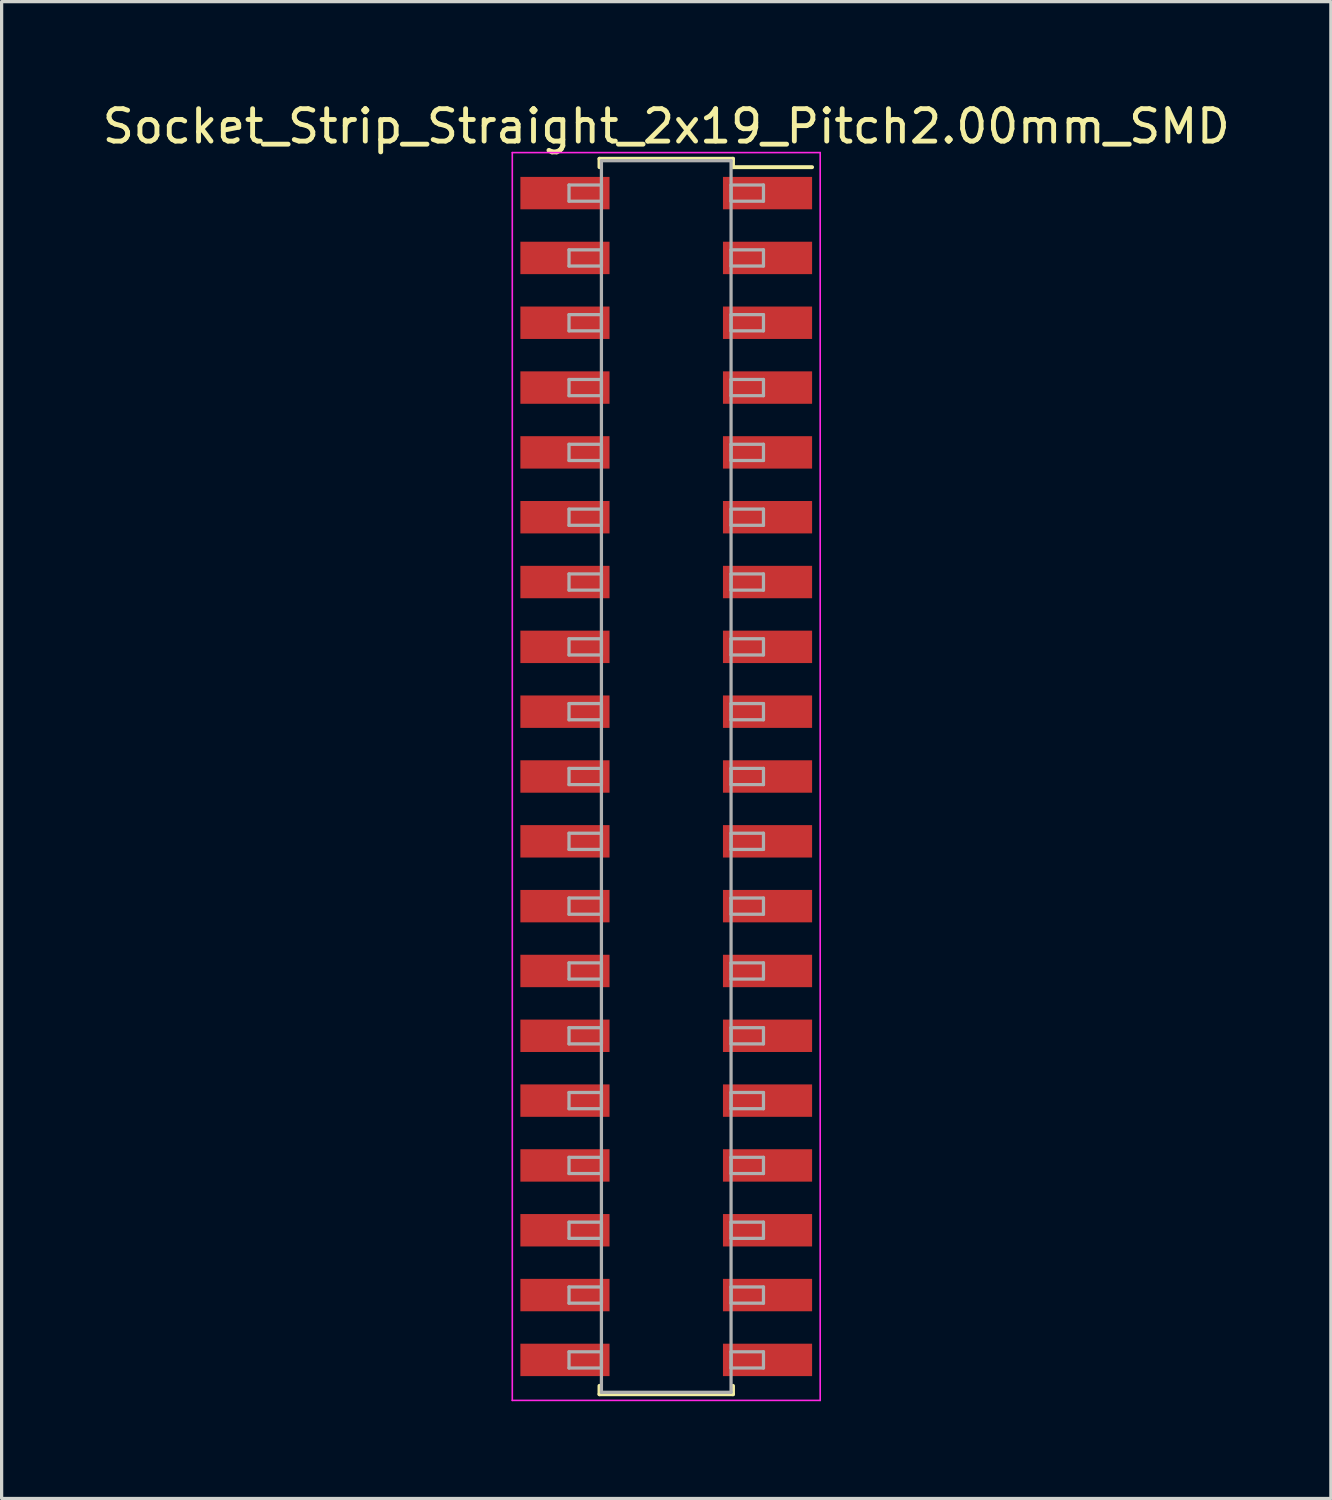
<source format=kicad_pcb>
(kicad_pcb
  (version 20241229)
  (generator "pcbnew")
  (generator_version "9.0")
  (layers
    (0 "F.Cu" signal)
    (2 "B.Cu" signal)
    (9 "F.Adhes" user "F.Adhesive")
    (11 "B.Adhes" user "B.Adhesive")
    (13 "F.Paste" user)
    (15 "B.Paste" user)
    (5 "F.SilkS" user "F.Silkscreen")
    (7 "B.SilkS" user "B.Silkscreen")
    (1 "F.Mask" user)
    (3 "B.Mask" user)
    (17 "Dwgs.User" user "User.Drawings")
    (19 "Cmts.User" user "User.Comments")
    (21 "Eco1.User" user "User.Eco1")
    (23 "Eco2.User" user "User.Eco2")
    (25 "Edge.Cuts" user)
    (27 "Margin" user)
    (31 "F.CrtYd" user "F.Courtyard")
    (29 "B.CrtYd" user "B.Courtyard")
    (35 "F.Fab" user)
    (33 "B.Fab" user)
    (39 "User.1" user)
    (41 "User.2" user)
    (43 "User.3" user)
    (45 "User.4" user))
  (footprint "Socket_Strip_Straight_2x19_Pitch2.00mm_SMD"
    (layer "F.Cu")
    (at 17.506 20.908)
    (property "Reference" "Socket_Strip_Straight_2x19_Pitch2.00mm_SMD" (at 0 -20.06 0) (layer "F.SilkS") (effects (font (size 1 1) (thickness 0.15))))
    (attr smd)
    (fp_line (start -2.06 -19.06) (end 2.06 -19.06) (stroke (width 0.12) (type solid)) (layer "F.SilkS"))
    (fp_line (start -2.06 -18.8) (end -2.06 -19.06) (stroke (width 0.12) (type solid)) (layer "F.SilkS"))
    (fp_line (start -2.06 18.8) (end -2.06 19.06) (stroke (width 0.12) (type solid)) (layer "F.SilkS"))
    (fp_line (start -2.06 19.06) (end 2.06 19.06) (stroke (width 0.12) (type solid)) (layer "F.SilkS"))
    (fp_line (start 2.06 -19.06) (end 2.06 -18.8) (stroke (width 0.12) (type solid)) (layer "F.SilkS"))
    (fp_line (start 2.06 19.06) (end 2.06 18.8) (stroke (width 0.12) (type solid)) (layer "F.SilkS"))
    (fp_line (start 4.5 -18.8) (end 2.06 -18.8) (stroke (width 0.12) (type solid)) (layer "F.SilkS"))
    (fp_line (start -4.75 -19.25) (end -4.75 19.25) (stroke (width 0.05) (type solid)) (layer "F.CrtYd"))
    (fp_line (start -4.75 19.25) (end 4.75 19.25) (stroke (width 0.05) (type solid)) (layer "F.CrtYd"))
    (fp_line (start 4.75 -19.25) (end -4.75 -19.25) (stroke (width 0.05) (type solid)) (layer "F.CrtYd"))
    (fp_line (start 4.75 19.25) (end 4.75 -19.25) (stroke (width 0.05) (type solid)) (layer "F.CrtYd"))
    (fp_line (start -3 -18.25) (end -2 -18.25) (stroke (width 0.1) (type solid)) (layer "F.Fab"))
    (fp_line (start -3 -17.75) (end -3 -18.25) (stroke (width 0.1) (type solid)) (layer "F.Fab"))
    (fp_line (start -3 -16.25) (end -2 -16.25) (stroke (width 0.1) (type solid)) (layer "F.Fab"))
    (fp_line (start -3 -15.75) (end -3 -16.25) (stroke (width 0.1) (type solid)) (layer "F.Fab"))
    (fp_line (start -3 -14.25) (end -2 -14.25) (stroke (width 0.1) (type solid)) (layer "F.Fab"))
    (fp_line (start -3 -13.75) (end -3 -14.25) (stroke (width 0.1) (type solid)) (layer "F.Fab"))
    (fp_line (start -3 -12.25) (end -2 -12.25) (stroke (width 0.1) (type solid)) (layer "F.Fab"))
    (fp_line (start -3 -11.75) (end -3 -12.25) (stroke (width 0.1) (type solid)) (layer "F.Fab"))
    (fp_line (start -3 -10.25) (end -2 -10.25) (stroke (width 0.1) (type solid)) (layer "F.Fab"))
    (fp_line (start -3 -9.75) (end -3 -10.25) (stroke (width 0.1) (type solid)) (layer "F.Fab"))
    (fp_line (start -3 -8.25) (end -2 -8.25) (stroke (width 0.1) (type solid)) (layer "F.Fab"))
    (fp_line (start -3 -7.75) (end -3 -8.25) (stroke (width 0.1) (type solid)) (layer "F.Fab"))
    (fp_line (start -3 -6.25) (end -2 -6.25) (stroke (width 0.1) (type solid)) (layer "F.Fab"))
    (fp_line (start -3 -5.75) (end -3 -6.25) (stroke (width 0.1) (type solid)) (layer "F.Fab"))
    (fp_line (start -3 -4.25) (end -2 -4.25) (stroke (width 0.1) (type solid)) (layer "F.Fab"))
    (fp_line (start -3 -3.75) (end -3 -4.25) (stroke (width 0.1) (type solid)) (layer "F.Fab"))
    (fp_line (start -3 -2.25) (end -2 -2.25) (stroke (width 0.1) (type solid)) (layer "F.Fab"))
    (fp_line (start -3 -1.75) (end -3 -2.25) (stroke (width 0.1) (type solid)) (layer "F.Fab"))
    (fp_line (start -3 -0.25) (end -2 -0.25) (stroke (width 0.1) (type solid)) (layer "F.Fab"))
    (fp_line (start -3 0.25) (end -3 -0.25) (stroke (width 0.1) (type solid)) (layer "F.Fab"))
    (fp_line (start -3 1.75) (end -2 1.75) (stroke (width 0.1) (type solid)) (layer "F.Fab"))
    (fp_line (start -3 2.25) (end -3 1.75) (stroke (width 0.1) (type solid)) (layer "F.Fab"))
    (fp_line (start -3 3.75) (end -2 3.75) (stroke (width 0.1) (type solid)) (layer "F.Fab"))
    (fp_line (start -3 4.25) (end -3 3.75) (stroke (width 0.1) (type solid)) (layer "F.Fab"))
    (fp_line (start -3 5.75) (end -2 5.75) (stroke (width 0.1) (type solid)) (layer "F.Fab"))
    (fp_line (start -3 6.25) (end -3 5.75) (stroke (width 0.1) (type solid)) (layer "F.Fab"))
    (fp_line (start -3 7.75) (end -2 7.75) (stroke (width 0.1) (type solid)) (layer "F.Fab"))
    (fp_line (start -3 8.25) (end -3 7.75) (stroke (width 0.1) (type solid)) (layer "F.Fab"))
    (fp_line (start -3 9.75) (end -2 9.75) (stroke (width 0.1) (type solid)) (layer "F.Fab"))
    (fp_line (start -3 10.25) (end -3 9.75) (stroke (width 0.1) (type solid)) (layer "F.Fab"))
    (fp_line (start -3 11.75) (end -2 11.75) (stroke (width 0.1) (type solid)) (layer "F.Fab"))
    (fp_line (start -3 12.25) (end -3 11.75) (stroke (width 0.1) (type solid)) (layer "F.Fab"))
    (fp_line (start -3 13.75) (end -2 13.75) (stroke (width 0.1) (type solid)) (layer "F.Fab"))
    (fp_line (start -3 14.25) (end -3 13.75) (stroke (width 0.1) (type solid)) (layer "F.Fab"))
    (fp_line (start -3 15.75) (end -2 15.75) (stroke (width 0.1) (type solid)) (layer "F.Fab"))
    (fp_line (start -3 16.25) (end -3 15.75) (stroke (width 0.1) (type solid)) (layer "F.Fab"))
    (fp_line (start -3 17.75) (end -2 17.75) (stroke (width 0.1) (type solid)) (layer "F.Fab"))
    (fp_line (start -3 18.25) (end -3 17.75) (stroke (width 0.1) (type solid)) (layer "F.Fab"))
    (fp_line (start -2 -19) (end -2 19) (stroke (width 0.1) (type solid)) (layer "F.Fab"))
    (fp_line (start -2 -18.25) (end -2 -17.75) (stroke (width 0.1) (type solid)) (layer "F.Fab"))
    (fp_line (start -2 -17.75) (end -3 -17.75) (stroke (width 0.1) (type solid)) (layer "F.Fab"))
    (fp_line (start -2 -16.25) (end -2 -15.75) (stroke (width 0.1) (type solid)) (layer "F.Fab"))
    (fp_line (start -2 -15.75) (end -3 -15.75) (stroke (width 0.1) (type solid)) (layer "F.Fab"))
    (fp_line (start -2 -14.25) (end -2 -13.75) (stroke (width 0.1) (type solid)) (layer "F.Fab"))
    (fp_line (start -2 -13.75) (end -3 -13.75) (stroke (width 0.1) (type solid)) (layer "F.Fab"))
    (fp_line (start -2 -12.25) (end -2 -11.75) (stroke (width 0.1) (type solid)) (layer "F.Fab"))
    (fp_line (start -2 -11.75) (end -3 -11.75) (stroke (width 0.1) (type solid)) (layer "F.Fab"))
    (fp_line (start -2 -10.25) (end -2 -9.75) (stroke (width 0.1) (type solid)) (layer "F.Fab"))
    (fp_line (start -2 -9.75) (end -3 -9.75) (stroke (width 0.1) (type solid)) (layer "F.Fab"))
    (fp_line (start -2 -8.25) (end -2 -7.75) (stroke (width 0.1) (type solid)) (layer "F.Fab"))
    (fp_line (start -2 -7.75) (end -3 -7.75) (stroke (width 0.1) (type solid)) (layer "F.Fab"))
    (fp_line (start -2 -6.25) (end -2 -5.75) (stroke (width 0.1) (type solid)) (layer "F.Fab"))
    (fp_line (start -2 -5.75) (end -3 -5.75) (stroke (width 0.1) (type solid)) (layer "F.Fab"))
    (fp_line (start -2 -4.25) (end -2 -3.75) (stroke (width 0.1) (type solid)) (layer "F.Fab"))
    (fp_line (start -2 -3.75) (end -3 -3.75) (stroke (width 0.1) (type solid)) (layer "F.Fab"))
    (fp_line (start -2 -2.25) (end -2 -1.75) (stroke (width 0.1) (type solid)) (layer "F.Fab"))
    (fp_line (start -2 -1.75) (end -3 -1.75) (stroke (width 0.1) (type solid)) (layer "F.Fab"))
    (fp_line (start -2 -0.25) (end -2 0.25) (stroke (width 0.1) (type solid)) (layer "F.Fab"))
    (fp_line (start -2 0.25) (end -3 0.25) (stroke (width 0.1) (type solid)) (layer "F.Fab"))
    (fp_line (start -2 1.75) (end -2 2.25) (stroke (width 0.1) (type solid)) (layer "F.Fab"))
    (fp_line (start -2 2.25) (end -3 2.25) (stroke (width 0.1) (type solid)) (layer "F.Fab"))
    (fp_line (start -2 3.75) (end -2 4.25) (stroke (width 0.1) (type solid)) (layer "F.Fab"))
    (fp_line (start -2 4.25) (end -3 4.25) (stroke (width 0.1) (type solid)) (layer "F.Fab"))
    (fp_line (start -2 5.75) (end -2 6.25) (stroke (width 0.1) (type solid)) (layer "F.Fab"))
    (fp_line (start -2 6.25) (end -3 6.25) (stroke (width 0.1) (type solid)) (layer "F.Fab"))
    (fp_line (start -2 7.75) (end -2 8.25) (stroke (width 0.1) (type solid)) (layer "F.Fab"))
    (fp_line (start -2 8.25) (end -3 8.25) (stroke (width 0.1) (type solid)) (layer "F.Fab"))
    (fp_line (start -2 9.75) (end -2 10.25) (stroke (width 0.1) (type solid)) (layer "F.Fab"))
    (fp_line (start -2 10.25) (end -3 10.25) (stroke (width 0.1) (type solid)) (layer "F.Fab"))
    (fp_line (start -2 11.75) (end -2 12.25) (stroke (width 0.1) (type solid)) (layer "F.Fab"))
    (fp_line (start -2 12.25) (end -3 12.25) (stroke (width 0.1) (type solid)) (layer "F.Fab"))
    (fp_line (start -2 13.75) (end -2 14.25) (stroke (width 0.1) (type solid)) (layer "F.Fab"))
    (fp_line (start -2 14.25) (end -3 14.25) (stroke (width 0.1) (type solid)) (layer "F.Fab"))
    (fp_line (start -2 15.75) (end -2 16.25) (stroke (width 0.1) (type solid)) (layer "F.Fab"))
    (fp_line (start -2 16.25) (end -3 16.25) (stroke (width 0.1) (type solid)) (layer "F.Fab"))
    (fp_line (start -2 17.75) (end -2 18.25) (stroke (width 0.1) (type solid)) (layer "F.Fab"))
    (fp_line (start -2 18.25) (end -3 18.25) (stroke (width 0.1) (type solid)) (layer "F.Fab"))
    (fp_line (start -2 19) (end 2 19) (stroke (width 0.1) (type solid)) (layer "F.Fab"))
    (fp_line (start 2 -19) (end -2 -19) (stroke (width 0.1) (type solid)) (layer "F.Fab"))
    (fp_line (start 2 -18.25) (end 2 -17.75) (stroke (width 0.1) (type solid)) (layer "F.Fab"))
    (fp_line (start 2 -17.75) (end 3 -17.75) (stroke (width 0.1) (type solid)) (layer "F.Fab"))
    (fp_line (start 2 -16.25) (end 2 -15.75) (stroke (width 0.1) (type solid)) (layer "F.Fab"))
    (fp_line (start 2 -15.75) (end 3 -15.75) (stroke (width 0.1) (type solid)) (layer "F.Fab"))
    (fp_line (start 2 -14.25) (end 2 -13.75) (stroke (width 0.1) (type solid)) (layer "F.Fab"))
    (fp_line (start 2 -13.75) (end 3 -13.75) (stroke (width 0.1) (type solid)) (layer "F.Fab"))
    (fp_line (start 2 -12.25) (end 2 -11.75) (stroke (width 0.1) (type solid)) (layer "F.Fab"))
    (fp_line (start 2 -11.75) (end 3 -11.75) (stroke (width 0.1) (type solid)) (layer "F.Fab"))
    (fp_line (start 2 -10.25) (end 2 -9.75) (stroke (width 0.1) (type solid)) (layer "F.Fab"))
    (fp_line (start 2 -9.75) (end 3 -9.75) (stroke (width 0.1) (type solid)) (layer "F.Fab"))
    (fp_line (start 2 -8.25) (end 2 -7.75) (stroke (width 0.1) (type solid)) (layer "F.Fab"))
    (fp_line (start 2 -7.75) (end 3 -7.75) (stroke (width 0.1) (type solid)) (layer "F.Fab"))
    (fp_line (start 2 -6.25) (end 2 -5.75) (stroke (width 0.1) (type solid)) (layer "F.Fab"))
    (fp_line (start 2 -5.75) (end 3 -5.75) (stroke (width 0.1) (type solid)) (layer "F.Fab"))
    (fp_line (start 2 -4.25) (end 2 -3.75) (stroke (width 0.1) (type solid)) (layer "F.Fab"))
    (fp_line (start 2 -3.75) (end 3 -3.75) (stroke (width 0.1) (type solid)) (layer "F.Fab"))
    (fp_line (start 2 -2.25) (end 2 -1.75) (stroke (width 0.1) (type solid)) (layer "F.Fab"))
    (fp_line (start 2 -1.75) (end 3 -1.75) (stroke (width 0.1) (type solid)) (layer "F.Fab"))
    (fp_line (start 2 -0.25) (end 2 0.25) (stroke (width 0.1) (type solid)) (layer "F.Fab"))
    (fp_line (start 2 0.25) (end 3 0.25) (stroke (width 0.1) (type solid)) (layer "F.Fab"))
    (fp_line (start 2 1.75) (end 2 2.25) (stroke (width 0.1) (type solid)) (layer "F.Fab"))
    (fp_line (start 2 2.25) (end 3 2.25) (stroke (width 0.1) (type solid)) (layer "F.Fab"))
    (fp_line (start 2 3.75) (end 2 4.25) (stroke (width 0.1) (type solid)) (layer "F.Fab"))
    (fp_line (start 2 4.25) (end 3 4.25) (stroke (width 0.1) (type solid)) (layer "F.Fab"))
    (fp_line (start 2 5.75) (end 2 6.25) (stroke (width 0.1) (type solid)) (layer "F.Fab"))
    (fp_line (start 2 6.25) (end 3 6.25) (stroke (width 0.1) (type solid)) (layer "F.Fab"))
    (fp_line (start 2 7.75) (end 2 8.25) (stroke (width 0.1) (type solid)) (layer "F.Fab"))
    (fp_line (start 2 8.25) (end 3 8.25) (stroke (width 0.1) (type solid)) (layer "F.Fab"))
    (fp_line (start 2 9.75) (end 2 10.25) (stroke (width 0.1) (type solid)) (layer "F.Fab"))
    (fp_line (start 2 10.25) (end 3 10.25) (stroke (width 0.1) (type solid)) (layer "F.Fab"))
    (fp_line (start 2 11.75) (end 2 12.25) (stroke (width 0.1) (type solid)) (layer "F.Fab"))
    (fp_line (start 2 12.25) (end 3 12.25) (stroke (width 0.1) (type solid)) (layer "F.Fab"))
    (fp_line (start 2 13.75) (end 2 14.25) (stroke (width 0.1) (type solid)) (layer "F.Fab"))
    (fp_line (start 2 14.25) (end 3 14.25) (stroke (width 0.1) (type solid)) (layer "F.Fab"))
    (fp_line (start 2 15.75) (end 2 16.25) (stroke (width 0.1) (type solid)) (layer "F.Fab"))
    (fp_line (start 2 16.25) (end 3 16.25) (stroke (width 0.1) (type solid)) (layer "F.Fab"))
    (fp_line (start 2 17.75) (end 2 18.25) (stroke (width 0.1) (type solid)) (layer "F.Fab"))
    (fp_line (start 2 18.25) (end 3 18.25) (stroke (width 0.1) (type solid)) (layer "F.Fab"))
    (fp_line (start 2 19) (end 2 -19) (stroke (width 0.1) (type solid)) (layer "F.Fab"))
    (fp_line (start 3 -18.25) (end 2 -18.25) (stroke (width 0.1) (type solid)) (layer "F.Fab"))
    (fp_line (start 3 -17.75) (end 3 -18.25) (stroke (width 0.1) (type solid)) (layer "F.Fab"))
    (fp_line (start 3 -16.25) (end 2 -16.25) (stroke (width 0.1) (type solid)) (layer "F.Fab"))
    (fp_line (start 3 -15.75) (end 3 -16.25) (stroke (width 0.1) (type solid)) (layer "F.Fab"))
    (fp_line (start 3 -14.25) (end 2 -14.25) (stroke (width 0.1) (type solid)) (layer "F.Fab"))
    (fp_line (start 3 -13.75) (end 3 -14.25) (stroke (width 0.1) (type solid)) (layer "F.Fab"))
    (fp_line (start 3 -12.25) (end 2 -12.25) (stroke (width 0.1) (type solid)) (layer "F.Fab"))
    (fp_line (start 3 -11.75) (end 3 -12.25) (stroke (width 0.1) (type solid)) (layer "F.Fab"))
    (fp_line (start 3 -10.25) (end 2 -10.25) (stroke (width 0.1) (type solid)) (layer "F.Fab"))
    (fp_line (start 3 -9.75) (end 3 -10.25) (stroke (width 0.1) (type solid)) (layer "F.Fab"))
    (fp_line (start 3 -8.25) (end 2 -8.25) (stroke (width 0.1) (type solid)) (layer "F.Fab"))
    (fp_line (start 3 -7.75) (end 3 -8.25) (stroke (width 0.1) (type solid)) (layer "F.Fab"))
    (fp_line (start 3 -6.25) (end 2 -6.25) (stroke (width 0.1) (type solid)) (layer "F.Fab"))
    (fp_line (start 3 -5.75) (end 3 -6.25) (stroke (width 0.1) (type solid)) (layer "F.Fab"))
    (fp_line (start 3 -4.25) (end 2 -4.25) (stroke (width 0.1) (type solid)) (layer "F.Fab"))
    (fp_line (start 3 -3.75) (end 3 -4.25) (stroke (width 0.1) (type solid)) (layer "F.Fab"))
    (fp_line (start 3 -2.25) (end 2 -2.25) (stroke (width 0.1) (type solid)) (layer "F.Fab"))
    (fp_line (start 3 -1.75) (end 3 -2.25) (stroke (width 0.1) (type solid)) (layer "F.Fab"))
    (fp_line (start 3 -0.25) (end 2 -0.25) (stroke (width 0.1) (type solid)) (layer "F.Fab"))
    (fp_line (start 3 0.25) (end 3 -0.25) (stroke (width 0.1) (type solid)) (layer "F.Fab"))
    (fp_line (start 3 1.75) (end 2 1.75) (stroke (width 0.1) (type solid)) (layer "F.Fab"))
    (fp_line (start 3 2.25) (end 3 1.75) (stroke (width 0.1) (type solid)) (layer "F.Fab"))
    (fp_line (start 3 3.75) (end 2 3.75) (stroke (width 0.1) (type solid)) (layer "F.Fab"))
    (fp_line (start 3 4.25) (end 3 3.75) (stroke (width 0.1) (type solid)) (layer "F.Fab"))
    (fp_line (start 3 5.75) (end 2 5.75) (stroke (width 0.1) (type solid)) (layer "F.Fab"))
    (fp_line (start 3 6.25) (end 3 5.75) (stroke (width 0.1) (type solid)) (layer "F.Fab"))
    (fp_line (start 3 7.75) (end 2 7.75) (stroke (width 0.1) (type solid)) (layer "F.Fab"))
    (fp_line (start 3 8.25) (end 3 7.75) (stroke (width 0.1) (type solid)) (layer "F.Fab"))
    (fp_line (start 3 9.75) (end 2 9.75) (stroke (width 0.1) (type solid)) (layer "F.Fab"))
    (fp_line (start 3 10.25) (end 3 9.75) (stroke (width 0.1) (type solid)) (layer "F.Fab"))
    (fp_line (start 3 11.75) (end 2 11.75) (stroke (width 0.1) (type solid)) (layer "F.Fab"))
    (fp_line (start 3 12.25) (end 3 11.75) (stroke (width 0.1) (type solid)) (layer "F.Fab"))
    (fp_line (start 3 13.75) (end 2 13.75) (stroke (width 0.1) (type solid)) (layer "F.Fab"))
    (fp_line (start 3 14.25) (end 3 13.75) (stroke (width 0.1) (type solid)) (layer "F.Fab"))
    (fp_line (start 3 15.75) (end 2 15.75) (stroke (width 0.1) (type solid)) (layer "F.Fab"))
    (fp_line (start 3 16.25) (end 3 15.75) (stroke (width 0.1) (type solid)) (layer "F.Fab"))
    (fp_line (start 3 17.75) (end 2 17.75) (stroke (width 0.1) (type solid)) (layer "F.Fab"))
    (fp_line (start 3 18.25) (end 3 17.75) (stroke (width 0.1) (type solid)) (layer "F.Fab"))
    (pad "1" smd rect (at 3.125 -18) (size 2.75 1) (layers "F.Cu" "F.Mask"))
    (pad "2" smd rect (at -3.125 -18) (size 2.75 1) (layers "F.Cu" "F.Mask"))
    (pad "3" smd rect (at 3.125 -16) (size 2.75 1) (layers "F.Cu" "F.Mask"))
    (pad "4" smd rect (at -3.125 -16) (size 2.75 1) (layers "F.Cu" "F.Mask"))
    (pad "5" smd rect (at 3.125 -14) (size 2.75 1) (layers "F.Cu" "F.Mask"))
    (pad "6" smd rect (at -3.125 -14) (size 2.75 1) (layers "F.Cu" "F.Mask"))
    (pad "7" smd rect (at 3.125 -12) (size 2.75 1) (layers "F.Cu" "F.Mask"))
    (pad "8" smd rect (at -3.125 -12) (size 2.75 1) (layers "F.Cu" "F.Mask"))
    (pad "9" smd rect (at 3.125 -10) (size 2.75 1) (layers "F.Cu" "F.Mask"))
    (pad "10" smd rect (at -3.125 -10) (size 2.75 1) (layers "F.Cu" "F.Mask"))
    (pad "11" smd rect (at 3.125 -8) (size 2.75 1) (layers "F.Cu" "F.Mask"))
    (pad "12" smd rect (at -3.125 -8) (size 2.75 1) (layers "F.Cu" "F.Mask"))
    (pad "13" smd rect (at 3.125 -6) (size 2.75 1) (layers "F.Cu" "F.Mask"))
    (pad "14" smd rect (at -3.125 -6) (size 2.75 1) (layers "F.Cu" "F.Mask"))
    (pad "15" smd rect (at 3.125 -4) (size 2.75 1) (layers "F.Cu" "F.Mask"))
    (pad "16" smd rect (at -3.125 -4) (size 2.75 1) (layers "F.Cu" "F.Mask"))
    (pad "17" smd rect (at 3.125 -2) (size 2.75 1) (layers "F.Cu" "F.Mask"))
    (pad "18" smd rect (at -3.125 -2) (size 2.75 1) (layers "F.Cu" "F.Mask"))
    (pad "19" smd rect (at 3.125 0) (size 2.75 1) (layers "F.Cu" "F.Mask"))
    (pad "20" smd rect (at -3.125 0) (size 2.75 1) (layers "F.Cu" "F.Mask"))
    (pad "21" smd rect (at 3.125 2) (size 2.75 1) (layers "F.Cu" "F.Mask"))
    (pad "22" smd rect (at -3.125 2) (size 2.75 1) (layers "F.Cu" "F.Mask"))
    (pad "23" smd rect (at 3.125 4) (size 2.75 1) (layers "F.Cu" "F.Mask"))
    (pad "24" smd rect (at -3.125 4) (size 2.75 1) (layers "F.Cu" "F.Mask"))
    (pad "25" smd rect (at 3.125 6) (size 2.75 1) (layers "F.Cu" "F.Mask"))
    (pad "26" smd rect (at -3.125 6) (size 2.75 1) (layers "F.Cu" "F.Mask"))
    (pad "27" smd rect (at 3.125 8) (size 2.75 1) (layers "F.Cu" "F.Mask"))
    (pad "28" smd rect (at -3.125 8) (size 2.75 1) (layers "F.Cu" "F.Mask"))
    (pad "29" smd rect (at 3.125 10) (size 2.75 1) (layers "F.Cu" "F.Mask"))
    (pad "30" smd rect (at -3.125 10) (size 2.75 1) (layers "F.Cu" "F.Mask"))
    (pad "31" smd rect (at 3.125 12) (size 2.75 1) (layers "F.Cu" "F.Mask"))
    (pad "32" smd rect (at -3.125 12) (size 2.75 1) (layers "F.Cu" "F.Mask"))
    (pad "33" smd rect (at 3.125 14) (size 2.75 1) (layers "F.Cu" "F.Mask"))
    (pad "34" smd rect (at -3.125 14) (size 2.75 1) (layers "F.Cu" "F.Mask"))
    (pad "35" smd rect (at 3.125 16) (size 2.75 1) (layers "F.Cu" "F.Mask"))
    (pad "36" smd rect (at -3.125 16) (size 2.75 1) (layers "F.Cu" "F.Mask"))
    (pad "37" smd rect (at 3.125 18) (size 2.75 1) (layers "F.Cu" "F.Mask"))
    (pad "38" smd rect (at -3.125 18) (size 2.75 1) (layers "F.Cu" "F.Mask")))
  (gr_rect
    (start -3 -3)
    (end 38.012 43.183)
    (stroke (width 0.1) (type default))
    (fill no)
    (layer "Edge.Cuts")))
</source>
